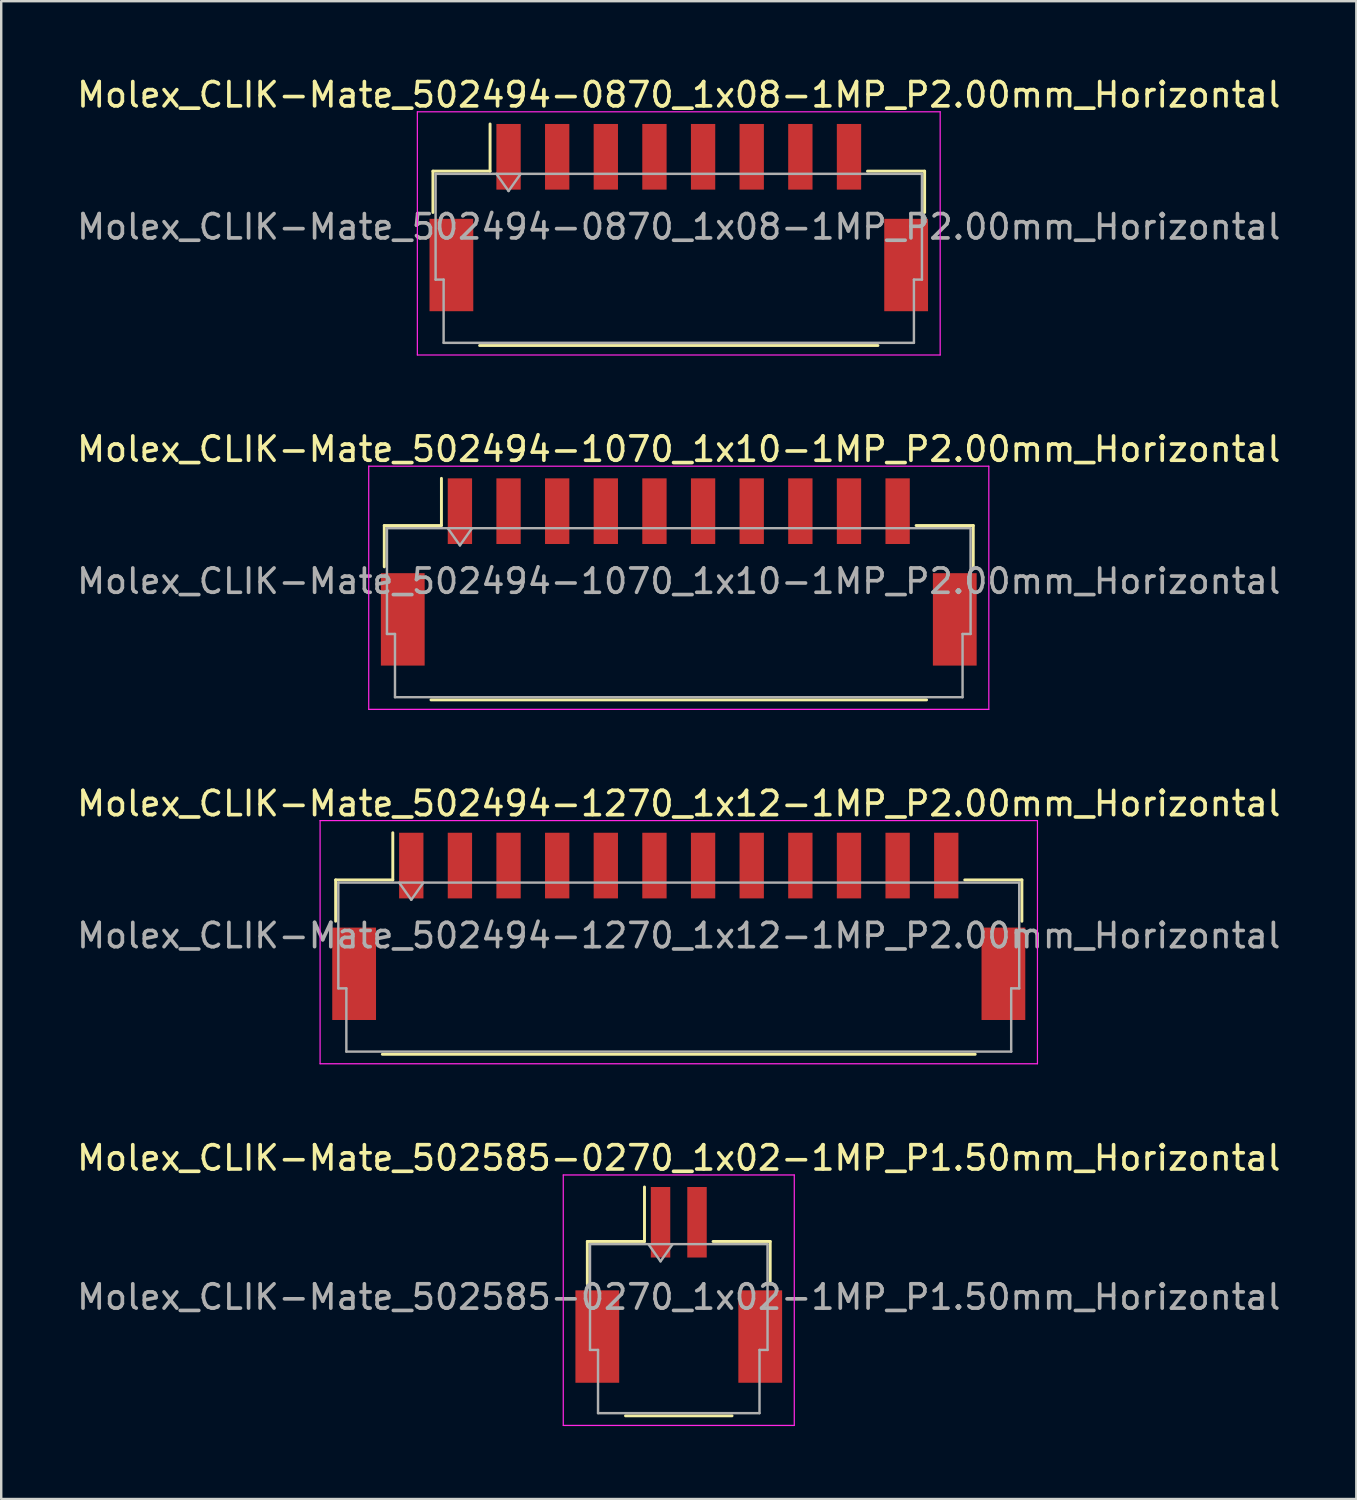
<source format=kicad_pcb>
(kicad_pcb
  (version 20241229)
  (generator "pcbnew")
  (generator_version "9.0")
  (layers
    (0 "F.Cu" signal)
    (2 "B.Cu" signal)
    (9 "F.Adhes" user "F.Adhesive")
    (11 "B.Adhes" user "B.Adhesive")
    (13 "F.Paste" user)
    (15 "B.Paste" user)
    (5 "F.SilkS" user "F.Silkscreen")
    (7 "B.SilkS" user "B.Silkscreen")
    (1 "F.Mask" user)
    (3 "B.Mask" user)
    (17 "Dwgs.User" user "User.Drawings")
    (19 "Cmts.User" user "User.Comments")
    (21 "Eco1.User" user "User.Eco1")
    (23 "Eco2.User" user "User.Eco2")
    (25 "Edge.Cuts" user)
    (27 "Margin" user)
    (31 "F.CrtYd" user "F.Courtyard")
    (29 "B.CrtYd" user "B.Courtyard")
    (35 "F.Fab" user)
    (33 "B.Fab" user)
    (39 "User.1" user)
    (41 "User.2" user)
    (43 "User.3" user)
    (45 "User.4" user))
  (footprint "Molex_CLIK-Mate_502494-1070_1x10-1MP_P2.00mm_Horizontal"
    (layer "F.Cu")
    (at 24.863 20.471)
    (property "Reference" "Molex_CLIK-Mate_502494-1070_1x10-1MP_P2.00mm_Horizontal" (at 0 -5.05 0) (layer "F.SilkS") (effects (font (size 1 1) (thickness 0.15))))
    (attr smd)
    (fp_line (start -12.11 -1.91) (end -9.76 -1.91) (stroke (width 0.12) (type solid)) (layer "F.SilkS"))
    (fp_line (start -12.11 -0.21) (end -12.11 -1.91) (stroke (width 0.12) (type solid)) (layer "F.SilkS"))
    (fp_line (start -10.19 5.26) (end 10.19 5.26) (stroke (width 0.12) (type solid)) (layer "F.SilkS"))
    (fp_line (start -9.76 -1.91) (end -9.76 -3.85) (stroke (width 0.12) (type solid)) (layer "F.SilkS"))
    (fp_line (start 12.11 -1.91) (end 9.76 -1.91) (stroke (width 0.12) (type solid)) (layer "F.SilkS"))
    (fp_line (start 12.11 -0.21) (end 12.11 -1.91) (stroke (width 0.12) (type solid)) (layer "F.SilkS"))
    (fp_line (start -12.75 -4.35) (end -12.75 5.65) (stroke (width 0.05) (type solid)) (layer "F.CrtYd"))
    (fp_line (start -12.75 5.65) (end 12.75 5.65) (stroke (width 0.05) (type solid)) (layer "F.CrtYd"))
    (fp_line (start 12.75 -4.35) (end -12.75 -4.35) (stroke (width 0.05) (type solid)) (layer "F.CrtYd"))
    (fp_line (start 12.75 5.65) (end 12.75 -4.35) (stroke (width 0.05) (type solid)) (layer "F.CrtYd"))
    (fp_line (start -12 -1.8) (end -12 2.55) (stroke (width 0.1) (type solid)) (layer "F.Fab"))
    (fp_line (start -12 -1.8) (end 12 -1.8) (stroke (width 0.1) (type solid)) (layer "F.Fab"))
    (fp_line (start -12 2.55) (end -11.67 2.55) (stroke (width 0.1) (type solid)) (layer "F.Fab"))
    (fp_line (start -11.67 2.55) (end -11.67 5.15) (stroke (width 0.1) (type solid)) (layer "F.Fab"))
    (fp_line (start -11.67 5.15) (end 11.67 5.15) (stroke (width 0.1) (type solid)) (layer "F.Fab"))
    (fp_line (start -9.5 -1.8) (end -9 -1.093) (stroke (width 0.1) (type solid)) (layer "F.Fab"))
    (fp_line (start -9 -1.093) (end -8.5 -1.8) (stroke (width 0.1) (type solid)) (layer "F.Fab"))
    (fp_line (start 11.67 2.55) (end 12 2.55) (stroke (width 0.1) (type solid)) (layer "F.Fab"))
    (fp_line (start 11.67 5.15) (end 11.67 2.55) (stroke (width 0.1) (type solid)) (layer "F.Fab"))
    (fp_line (start 12 -1.8) (end 12 2.55) (stroke (width 0.1) (type solid)) (layer "F.Fab"))
    (fp_text user "${REFERENCE}" (at 0 0.38 0) (layer "F.Fab") (effects (font (size 1 1) (thickness 0.15))))
    (pad "1" smd rect (at -9 -2.5) (size 1 2.7) (layers "F.Cu" "F.Mask" "F.Paste"))
    (pad "2" smd rect (at -7 -2.5) (size 1 2.7) (layers "F.Cu" "F.Mask" "F.Paste"))
    (pad "3" smd rect (at -5 -2.5) (size 1 2.7) (layers "F.Cu" "F.Mask" "F.Paste"))
    (pad "4" smd rect (at -3 -2.5) (size 1 2.7) (layers "F.Cu" "F.Mask" "F.Paste"))
    (pad "5" smd rect (at -1 -2.5) (size 1 2.7) (layers "F.Cu" "F.Mask" "F.Paste"))
    (pad "6" smd rect (at 1 -2.5) (size 1 2.7) (layers "F.Cu" "F.Mask" "F.Paste"))
    (pad "7" smd rect (at 3 -2.5) (size 1 2.7) (layers "F.Cu" "F.Mask" "F.Paste"))
    (pad "8" smd rect (at 5 -2.5) (size 1 2.7) (layers "F.Cu" "F.Mask" "F.Paste"))
    (pad "9" smd rect (at 7 -2.5) (size 1 2.7) (layers "F.Cu" "F.Mask" "F.Paste"))
    (pad "10" smd rect (at 9 -2.5) (size 1 2.7) (layers "F.Cu" "F.Mask" "F.Paste"))
    (pad "MP" smd rect (at -11.35 1.95) (size 1.8 3.8) (layers "F.Cu" "F.Mask" "F.Paste"))
    (pad "MP" smd rect (at 11.35 1.95) (size 1.8 3.8) (layers "F.Cu" "F.Mask" "F.Paste")))
  (footprint "Molex_CLIK-Mate_502494-0870_1x08-1MP_P2.00mm_Horizontal"
    (layer "F.Cu")
    (at 24.863 5.898)
    (property "Reference" "Molex_CLIK-Mate_502494-0870_1x08-1MP_P2.00mm_Horizontal" (at 0 -5.05 0) (layer "F.SilkS") (effects (font (size 1 1) (thickness 0.15))))
    (attr smd)
    (fp_line (start -10.11 -1.91) (end -7.76 -1.91) (stroke (width 0.12) (type solid)) (layer "F.SilkS"))
    (fp_line (start -10.11 -0.21) (end -10.11 -1.91) (stroke (width 0.12) (type solid)) (layer "F.SilkS"))
    (fp_line (start -8.19 5.26) (end 8.19 5.26) (stroke (width 0.12) (type solid)) (layer "F.SilkS"))
    (fp_line (start -7.76 -1.91) (end -7.76 -3.85) (stroke (width 0.12) (type solid)) (layer "F.SilkS"))
    (fp_line (start 10.11 -1.91) (end 7.76 -1.91) (stroke (width 0.12) (type solid)) (layer "F.SilkS"))
    (fp_line (start 10.11 -0.21) (end 10.11 -1.91) (stroke (width 0.12) (type solid)) (layer "F.SilkS"))
    (fp_line (start -10.75 -4.35) (end -10.75 5.65) (stroke (width 0.05) (type solid)) (layer "F.CrtYd"))
    (fp_line (start -10.75 5.65) (end 10.75 5.65) (stroke (width 0.05) (type solid)) (layer "F.CrtYd"))
    (fp_line (start 10.75 -4.35) (end -10.75 -4.35) (stroke (width 0.05) (type solid)) (layer "F.CrtYd"))
    (fp_line (start 10.75 5.65) (end 10.75 -4.35) (stroke (width 0.05) (type solid)) (layer "F.CrtYd"))
    (fp_line (start -10 -1.8) (end -10 2.55) (stroke (width 0.1) (type solid)) (layer "F.Fab"))
    (fp_line (start -10 -1.8) (end 10 -1.8) (stroke (width 0.1) (type solid)) (layer "F.Fab"))
    (fp_line (start -10 2.55) (end -9.67 2.55) (stroke (width 0.1) (type solid)) (layer "F.Fab"))
    (fp_line (start -9.67 2.55) (end -9.67 5.15) (stroke (width 0.1) (type solid)) (layer "F.Fab"))
    (fp_line (start -9.67 5.15) (end 9.67 5.15) (stroke (width 0.1) (type solid)) (layer "F.Fab"))
    (fp_line (start -7.5 -1.8) (end -7 -1.093) (stroke (width 0.1) (type solid)) (layer "F.Fab"))
    (fp_line (start -7 -1.093) (end -6.5 -1.8) (stroke (width 0.1) (type solid)) (layer "F.Fab"))
    (fp_line (start 9.67 2.55) (end 10 2.55) (stroke (width 0.1) (type solid)) (layer "F.Fab"))
    (fp_line (start 9.67 5.15) (end 9.67 2.55) (stroke (width 0.1) (type solid)) (layer "F.Fab"))
    (fp_line (start 10 -1.8) (end 10 2.55) (stroke (width 0.1) (type solid)) (layer "F.Fab"))
    (fp_text user "${REFERENCE}" (at 0 0.38 0) (layer "F.Fab") (effects (font (size 1 1) (thickness 0.15))))
    (pad "1" smd rect (at -7 -2.5) (size 1 2.7) (layers "F.Cu" "F.Mask" "F.Paste"))
    (pad "2" smd rect (at -5 -2.5) (size 1 2.7) (layers "F.Cu" "F.Mask" "F.Paste"))
    (pad "3" smd rect (at -3 -2.5) (size 1 2.7) (layers "F.Cu" "F.Mask" "F.Paste"))
    (pad "4" smd rect (at -1 -2.5) (size 1 2.7) (layers "F.Cu" "F.Mask" "F.Paste"))
    (pad "5" smd rect (at 1 -2.5) (size 1 2.7) (layers "F.Cu" "F.Mask" "F.Paste"))
    (pad "6" smd rect (at 3 -2.5) (size 1 2.7) (layers "F.Cu" "F.Mask" "F.Paste"))
    (pad "7" smd rect (at 5 -2.5) (size 1 2.7) (layers "F.Cu" "F.Mask" "F.Paste"))
    (pad "8" smd rect (at 7 -2.5) (size 1 2.7) (layers "F.Cu" "F.Mask" "F.Paste"))
    (pad "MP" smd rect (at -9.35 1.95) (size 1.8 3.8) (layers "F.Cu" "F.Mask" "F.Paste"))
    (pad "MP" smd rect (at 9.35 1.95) (size 1.8 3.8) (layers "F.Cu" "F.Mask" "F.Paste")))
  (footprint "Molex_CLIK-Mate_502494-1270_1x12-1MP_P2.00mm_Horizontal"
    (layer "F.Cu")
    (at 24.863 35.045)
    (property "Reference" "Molex_CLIK-Mate_502494-1270_1x12-1MP_P2.00mm_Horizontal" (at 0 -5.05 0) (layer "F.SilkS") (effects (font (size 1 1) (thickness 0.15))))
    (attr smd)
    (fp_line (start -14.11 -1.91) (end -11.76 -1.91) (stroke (width 0.12) (type solid)) (layer "F.SilkS"))
    (fp_line (start -14.11 -0.21) (end -14.11 -1.91) (stroke (width 0.12) (type solid)) (layer "F.SilkS"))
    (fp_line (start -12.19 5.26) (end 12.19 5.26) (stroke (width 0.12) (type solid)) (layer "F.SilkS"))
    (fp_line (start -11.76 -1.91) (end -11.76 -3.85) (stroke (width 0.12) (type solid)) (layer "F.SilkS"))
    (fp_line (start 14.11 -1.91) (end 11.76 -1.91) (stroke (width 0.12) (type solid)) (layer "F.SilkS"))
    (fp_line (start 14.11 -0.21) (end 14.11 -1.91) (stroke (width 0.12) (type solid)) (layer "F.SilkS"))
    (fp_line (start -14.75 -4.35) (end -14.75 5.65) (stroke (width 0.05) (type solid)) (layer "F.CrtYd"))
    (fp_line (start -14.75 5.65) (end 14.75 5.65) (stroke (width 0.05) (type solid)) (layer "F.CrtYd"))
    (fp_line (start 14.75 -4.35) (end -14.75 -4.35) (stroke (width 0.05) (type solid)) (layer "F.CrtYd"))
    (fp_line (start 14.75 5.65) (end 14.75 -4.35) (stroke (width 0.05) (type solid)) (layer "F.CrtYd"))
    (fp_line (start -14 -1.8) (end -14 2.55) (stroke (width 0.1) (type solid)) (layer "F.Fab"))
    (fp_line (start -14 -1.8) (end 14 -1.8) (stroke (width 0.1) (type solid)) (layer "F.Fab"))
    (fp_line (start -14 2.55) (end -13.67 2.55) (stroke (width 0.1) (type solid)) (layer "F.Fab"))
    (fp_line (start -13.67 2.55) (end -13.67 5.15) (stroke (width 0.1) (type solid)) (layer "F.Fab"))
    (fp_line (start -13.67 5.15) (end 13.67 5.15) (stroke (width 0.1) (type solid)) (layer "F.Fab"))
    (fp_line (start -11.5 -1.8) (end -11 -1.093) (stroke (width 0.1) (type solid)) (layer "F.Fab"))
    (fp_line (start -11 -1.093) (end -10.5 -1.8) (stroke (width 0.1) (type solid)) (layer "F.Fab"))
    (fp_line (start 13.67 2.55) (end 14 2.55) (stroke (width 0.1) (type solid)) (layer "F.Fab"))
    (fp_line (start 13.67 5.15) (end 13.67 2.55) (stroke (width 0.1) (type solid)) (layer "F.Fab"))
    (fp_line (start 14 -1.8) (end 14 2.55) (stroke (width 0.1) (type solid)) (layer "F.Fab"))
    (fp_text user "${REFERENCE}" (at 0 0.38 0) (layer "F.Fab") (effects (font (size 1 1) (thickness 0.15))))
    (pad "1" smd rect (at -11 -2.5) (size 1 2.7) (layers "F.Cu" "F.Mask" "F.Paste"))
    (pad "2" smd rect (at -9 -2.5) (size 1 2.7) (layers "F.Cu" "F.Mask" "F.Paste"))
    (pad "3" smd rect (at -7 -2.5) (size 1 2.7) (layers "F.Cu" "F.Mask" "F.Paste"))
    (pad "4" smd rect (at -5 -2.5) (size 1 2.7) (layers "F.Cu" "F.Mask" "F.Paste"))
    (pad "5" smd rect (at -3 -2.5) (size 1 2.7) (layers "F.Cu" "F.Mask" "F.Paste"))
    (pad "6" smd rect (at -1 -2.5) (size 1 2.7) (layers "F.Cu" "F.Mask" "F.Paste"))
    (pad "7" smd rect (at 1 -2.5) (size 1 2.7) (layers "F.Cu" "F.Mask" "F.Paste"))
    (pad "8" smd rect (at 3 -2.5) (size 1 2.7) (layers "F.Cu" "F.Mask" "F.Paste"))
    (pad "9" smd rect (at 5 -2.5) (size 1 2.7) (layers "F.Cu" "F.Mask" "F.Paste"))
    (pad "10" smd rect (at 7 -2.5) (size 1 2.7) (layers "F.Cu" "F.Mask" "F.Paste"))
    (pad "11" smd rect (at 9 -2.5) (size 1 2.7) (layers "F.Cu" "F.Mask" "F.Paste"))
    (pad "12" smd rect (at 11 -2.5) (size 1 2.7) (layers "F.Cu" "F.Mask" "F.Paste"))
    (pad "MP" smd rect (at -13.35 1.95) (size 1.8 3.8) (layers "F.Cu" "F.Mask" "F.Paste"))
    (pad "MP" smd rect (at 13.35 1.95) (size 1.8 3.8) (layers "F.Cu" "F.Mask" "F.Paste")))
  (footprint "Molex_CLIK-Mate_502585-0270_1x02-1MP_P1.50mm_Horizontal"
    (layer "F.Cu")
    (at 24.863 49.788)
    (property "Reference" "Molex_CLIK-Mate_502585-0270_1x02-1MP_P1.50mm_Horizontal" (at 0 -5.22 0) (layer "F.SilkS") (effects (font (size 1 1) (thickness 0.15))))
    (attr smd)
    (fp_line (start -3.76 -1.785) (end -1.41 -1.785) (stroke (width 0.12) (type solid)) (layer "F.SilkS"))
    (fp_line (start -3.76 -0.035) (end -3.76 -1.785) (stroke (width 0.12) (type solid)) (layer "F.SilkS"))
    (fp_line (start -2.19 5.385) (end 2.19 5.385) (stroke (width 0.12) (type solid)) (layer "F.SilkS"))
    (fp_line (start -1.41 -1.785) (end -1.41 -4.025) (stroke (width 0.12) (type solid)) (layer "F.SilkS"))
    (fp_line (start 3.76 -1.785) (end 1.41 -1.785) (stroke (width 0.12) (type solid)) (layer "F.SilkS"))
    (fp_line (start 3.76 -0.035) (end 3.76 -1.785) (stroke (width 0.12) (type solid)) (layer "F.SilkS"))
    (fp_line (start -4.75 -4.52) (end -4.75 5.78) (stroke (width 0.05) (type solid)) (layer "F.CrtYd"))
    (fp_line (start -4.75 5.78) (end 4.75 5.78) (stroke (width 0.05) (type solid)) (layer "F.CrtYd"))
    (fp_line (start 4.75 -4.52) (end -4.75 -4.52) (stroke (width 0.05) (type solid)) (layer "F.CrtYd"))
    (fp_line (start 4.75 5.78) (end 4.75 -4.52) (stroke (width 0.05) (type solid)) (layer "F.CrtYd"))
    (fp_line (start -3.65 -1.675) (end -3.65 2.675) (stroke (width 0.1) (type solid)) (layer "F.Fab"))
    (fp_line (start -3.65 -1.675) (end 3.65 -1.675) (stroke (width 0.1) (type solid)) (layer "F.Fab"))
    (fp_line (start -3.65 2.675) (end -3.32 2.675) (stroke (width 0.1) (type solid)) (layer "F.Fab"))
    (fp_line (start -3.32 2.675) (end -3.32 5.275) (stroke (width 0.1) (type solid)) (layer "F.Fab"))
    (fp_line (start -3.32 5.275) (end 3.32 5.275) (stroke (width 0.1) (type solid)) (layer "F.Fab"))
    (fp_line (start -1.25 -1.675) (end -0.75 -0.968) (stroke (width 0.1) (type solid)) (layer "F.Fab"))
    (fp_line (start -0.75 -0.968) (end -0.25 -1.675) (stroke (width 0.1) (type solid)) (layer "F.Fab"))
    (fp_line (start 3.32 2.675) (end 3.65 2.675) (stroke (width 0.1) (type solid)) (layer "F.Fab"))
    (fp_line (start 3.32 5.275) (end 3.32 2.675) (stroke (width 0.1) (type solid)) (layer "F.Fab"))
    (fp_line (start 3.65 -1.675) (end 3.65 2.675) (stroke (width 0.1) (type solid)) (layer "F.Fab"))
    (fp_text user "${REFERENCE}" (at 0 0.5 0) (layer "F.Fab") (effects (font (size 1 1) (thickness 0.15))))
    (pad "1" smd rect (at -0.75 -2.575) (size 0.8 2.9) (layers "F.Cu" "F.Mask" "F.Paste"))
    (pad "2" smd rect (at 0.75 -2.575) (size 0.8 2.9) (layers "F.Cu" "F.Mask" "F.Paste"))
    (pad "MP" smd rect (at -3.35 2.125) (size 1.8 3.8) (layers "F.Cu" "F.Mask" "F.Paste"))
    (pad "MP" smd rect (at 3.35 2.125) (size 1.8 3.8) (layers "F.Cu" "F.Mask" "F.Paste")))
  (gr_rect
    (start -3 -3)
    (end 52.726 58.593)
    (stroke (width 0.1) (type default))
    (fill no)
    (layer "Edge.Cuts")))
</source>
